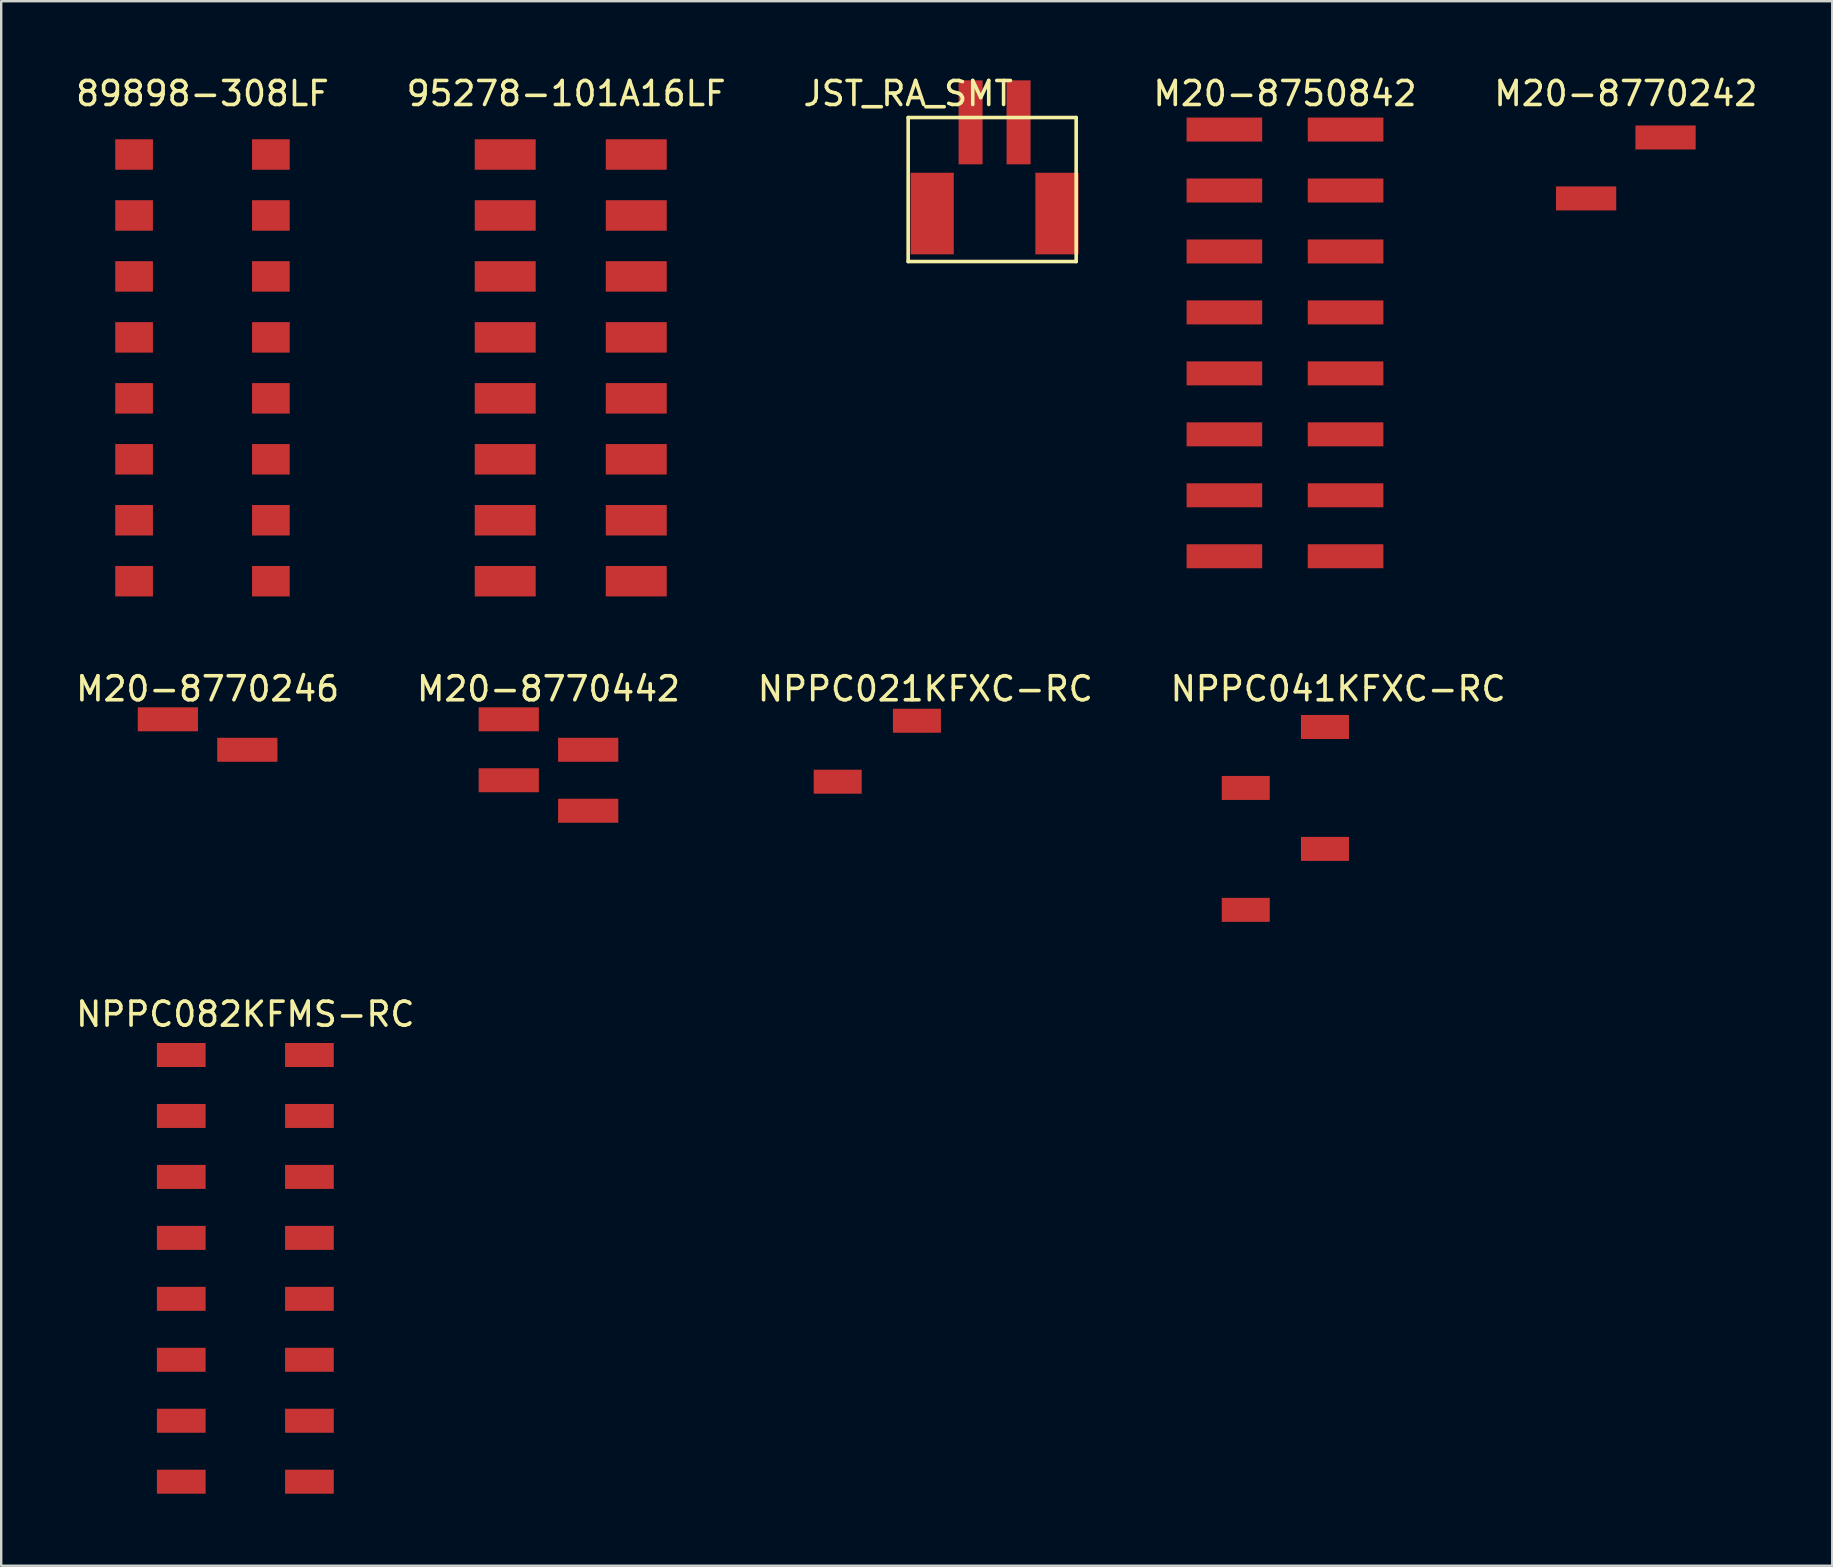
<source format=kicad_pcb>
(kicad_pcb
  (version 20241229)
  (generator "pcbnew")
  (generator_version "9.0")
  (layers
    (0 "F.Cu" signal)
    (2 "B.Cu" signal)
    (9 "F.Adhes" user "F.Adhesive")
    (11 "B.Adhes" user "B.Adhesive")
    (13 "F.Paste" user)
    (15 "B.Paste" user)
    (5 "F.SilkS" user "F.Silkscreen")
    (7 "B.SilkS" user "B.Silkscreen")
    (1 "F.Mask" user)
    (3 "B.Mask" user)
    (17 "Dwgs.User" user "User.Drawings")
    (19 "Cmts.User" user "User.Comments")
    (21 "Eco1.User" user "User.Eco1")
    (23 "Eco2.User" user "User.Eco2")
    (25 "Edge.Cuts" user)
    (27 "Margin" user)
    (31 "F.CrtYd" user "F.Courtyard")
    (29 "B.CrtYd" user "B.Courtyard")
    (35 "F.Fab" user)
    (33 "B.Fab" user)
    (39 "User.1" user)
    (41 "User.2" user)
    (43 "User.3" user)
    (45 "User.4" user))
  (footprint "M20-8750842"
    (layer "F.Cu")
    (at 50.493 2.348)
    (property "Reference" "M20-8750842" (at 0 -1.5 0) (layer "F.SilkS") (effects (font (size 1 1) (thickness 0.15))))
    (attr through_hole)
    (pad "1" smd rect (at -2.525 0) (size 3.15 1) (layers "F.Cu" "F.Mask" "F.Paste"))
    (pad "2" smd rect (at 2.525 0) (size 3.15 1) (layers "F.Cu" "F.Mask" "F.Paste"))
    (pad "3" smd rect (at -2.525 2.54) (size 3.15 1) (layers "F.Cu" "F.Mask" "F.Paste"))
    (pad "4" smd rect (at 2.525 2.54) (size 3.15 1) (layers "F.Cu" "F.Mask" "F.Paste"))
    (pad "5" smd rect (at -2.525 5.08) (size 3.15 1) (layers "F.Cu" "F.Mask" "F.Paste"))
    (pad "6" smd rect (at 2.525 5.08) (size 3.15 1) (layers "F.Cu" "F.Mask" "F.Paste"))
    (pad "7" smd rect (at -2.525 7.62) (size 3.15 1) (layers "F.Cu" "F.Mask" "F.Paste"))
    (pad "8" smd rect (at 2.525 7.62) (size 3.15 1) (layers "F.Cu" "F.Mask" "F.Paste"))
    (pad "9" smd rect (at -2.525 10.16) (size 3.15 1) (layers "F.Cu" "F.Mask" "F.Paste"))
    (pad "10" smd rect (at 2.525 10.16) (size 3.15 1) (layers "F.Cu" "F.Mask" "F.Paste"))
    (pad "11" smd rect (at -2.525 12.7) (size 3.15 1) (layers "F.Cu" "F.Mask" "F.Paste"))
    (pad "12" smd rect (at 2.525 12.7) (size 3.15 1) (layers "F.Cu" "F.Mask" "F.Paste"))
    (pad "13" smd rect (at -2.525 15.24) (size 3.15 1) (layers "F.Cu" "F.Mask" "F.Paste"))
    (pad "14" smd rect (at 2.525 15.24) (size 3.15 1) (layers "F.Cu" "F.Mask" "F.Paste"))
    (pad "15" smd rect (at -2.525 17.78) (size 3.15 1) (layers "F.Cu" "F.Mask" "F.Paste"))
    (pad "16" smd rect (at 2.525 17.78) (size 3.15 1) (layers "F.Cu" "F.Mask" "F.Paste")))
  (footprint "M20-8770442"
    (layer "F.Cu")
    (at 19.804 28.192)
    (property "Reference" "M20-8770442" (at 0 -2.54 0) (layer "F.SilkS") (effects (font (size 1 1) (thickness 0.15))))
    (attr through_hole)
    (pad "1" smd rect (at -1.655 -1.27) (size 2.51 1) (layers "F.Cu" "F.Mask" "F.Paste"))
    (pad "2" smd rect (at -1.655 1.27) (size 2.51 1) (layers "F.Cu" "F.Mask" "F.Paste"))
    (pad "3" smd rect (at 1.655 0) (size 2.51 1) (layers "F.Cu" "F.Mask" "F.Paste"))
    (pad "4" smd rect (at 1.655 2.54) (size 2.51 1) (layers "F.Cu" "F.Mask" "F.Paste")))
  (footprint "NPPC041KFXC-RC"
    (layer "F.Cu")
    (at 50.508 31.052)
    (property "Reference" "NPPC041KFXC-RC" (at 2.2 -5.4 0) (layer "F.SilkS") (effects (font (size 1 1) (thickness 0.15))))
    (attr through_hole)
    (pad "1" smd rect (at 1.65 -3.81) (size 2 1) (layers "F.Cu" "F.Mask" "F.Paste"))
    (pad "2" smd rect (at -1.65 -1.27) (size 2 1) (layers "F.Cu" "F.Mask" "F.Paste"))
    (pad "3" smd rect (at 1.65 1.27) (size 2 1) (layers "F.Cu" "F.Mask" "F.Paste"))
    (pad "4" smd rect (at -1.65 3.81) (size 2 1) (layers "F.Cu" "F.Mask" "F.Paste")))
  (footprint "NPPC021KFXC-RC"
    (layer "F.Cu")
    (at 33.506 28.252)
    (property "Reference" "NPPC021KFXC-RC" (at 2 -2.6 0) (layer "F.SilkS") (effects (font (size 1 1) (thickness 0.15))))
    (attr through_hole)
    (pad "1" smd rect (at 1.65 -1.27) (size 2 1) (layers "F.Cu" "F.Mask" "F.Paste"))
    (pad "2" smd rect (at -1.65 1.27) (size 2 1) (layers "F.Cu" "F.Mask" "F.Paste")))
  (footprint "M20-8770242"
    (layer "F.Cu")
    (at 64.695 3.948)
    (property "Reference" "M20-8770242" (at 0 -3.1 0) (layer "F.SilkS") (effects (font (size 1 1) (thickness 0.15))))
    (attr through_hole)
    (pad "1" smd rect (at 1.655 -1.27) (size 2.51 1) (layers "F.Cu" "F.Mask" "F.Paste"))
    (pad "2" smd rect (at -1.655 1.27) (size 2.51 1) (layers "F.Cu" "F.Mask" "F.Paste")))
  (footprint "89898-308LF"
    (layer "F.Cu")
    (at 5.387 13.548)
    (property "Reference" "89898-308LF" (at 0 -12.7 0) (layer "F.SilkS") (effects (font (size 1 1) (thickness 0.15))))
    (attr through_hole)
    (pad "1" smd rect (at -2.85 -10.16) (size 1.57 1.27) (layers "F.Cu" "F.Mask" "F.Paste"))
    (pad "2" smd rect (at -2.85 -7.62) (size 1.57 1.27) (layers "F.Cu" "F.Mask" "F.Paste"))
    (pad "3" smd rect (at -2.85 -5.08) (size 1.57 1.27) (layers "F.Cu" "F.Mask" "F.Paste"))
    (pad "4" smd rect (at -2.85 -2.54) (size 1.57 1.27) (layers "F.Cu" "F.Mask" "F.Paste"))
    (pad "5" smd rect (at -2.85 0) (size 1.57 1.27) (layers "F.Cu" "F.Mask" "F.Paste"))
    (pad "6" smd rect (at -2.85 2.54) (size 1.57 1.27) (layers "F.Cu" "F.Mask" "F.Paste"))
    (pad "7" smd rect (at -2.85 5.08) (size 1.57 1.27) (layers "F.Cu" "F.Mask" "F.Paste"))
    (pad "8" smd rect (at -2.85 7.62) (size 1.57 1.27) (layers "F.Cu" "F.Mask" "F.Paste"))
    (pad "9" smd rect (at 2.85 -10.16) (size 1.57 1.27) (layers "F.Cu" "F.Mask" "F.Paste"))
    (pad "10" smd rect (at 2.85 -7.62) (size 1.57 1.27) (layers "F.Cu" "F.Mask" "F.Paste"))
    (pad "11" smd rect (at 2.85 -5.08) (size 1.57 1.27) (layers "F.Cu" "F.Mask" "F.Paste"))
    (pad "12" smd rect (at 2.85 -2.54) (size 1.57 1.27) (layers "F.Cu" "F.Mask" "F.Paste"))
    (pad "13" smd rect (at 2.85 0) (size 1.57 1.27) (layers "F.Cu" "F.Mask" "F.Paste"))
    (pad "14" smd rect (at 2.85 2.54) (size 1.57 1.27) (layers "F.Cu" "F.Mask" "F.Paste"))
    (pad "15" smd rect (at 2.85 5.08) (size 1.57 1.27) (layers "F.Cu" "F.Mask" "F.Paste"))
    (pad "16" smd rect (at 2.85 7.62) (size 1.57 1.27) (layers "F.Cu" "F.Mask" "F.Paste")))
  (footprint "M20-8770246"
    (layer "F.Cu")
    (at 5.601 28.192)
    (property "Reference" "M20-8770246" (at 0 -2.54 0) (layer "F.SilkS") (effects (font (size 1 1) (thickness 0.15))))
    (attr through_hole)
    (pad "1" smd rect (at -1.655 -1.27) (size 2.51 1) (layers "F.Cu" "F.Mask" "F.Paste"))
    (pad "2" smd rect (at 1.655 0) (size 2.51 1) (layers "F.Cu" "F.Mask" "F.Paste")))
  (footprint "NPPC082KFMS-RC"
    (layer "F.Cu")
    (at 7.173 40.91)
    (property "Reference" "NPPC082KFMS-RC" (at 0 -1.7 0) (layer "F.SilkS") (effects (font (size 1 1) (thickness 0.15))))
    (attr through_hole)
    (pad "1" smd rect (at -2.67 0) (size 2.03 1) (layers "F.Cu" "F.Mask" "F.Paste"))
    (pad "2" smd rect (at 2.67 0) (size 2.03 1) (layers "F.Cu" "F.Mask" "F.Paste"))
    (pad "3" smd rect (at -2.67 2.54) (size 2.03 1) (layers "F.Cu" "F.Mask" "F.Paste"))
    (pad "4" smd rect (at 2.67 2.54) (size 2.03 1) (layers "F.Cu" "F.Mask" "F.Paste"))
    (pad "5" smd rect (at -2.67 5.08) (size 2.03 1) (layers "F.Cu" "F.Mask" "F.Paste"))
    (pad "6" smd rect (at 2.67 5.08) (size 2.03 1) (layers "F.Cu" "F.Mask" "F.Paste"))
    (pad "7" smd rect (at -2.67 7.62) (size 2.03 1) (layers "F.Cu" "F.Mask" "F.Paste"))
    (pad "8" smd rect (at 2.67 7.62) (size 2.03 1) (layers "F.Cu" "F.Mask" "F.Paste"))
    (pad "9" smd rect (at -2.67 10.16) (size 2.03 1) (layers "F.Cu" "F.Mask" "F.Paste"))
    (pad "10" smd rect (at 2.67 10.16) (size 2.03 1) (layers "F.Cu" "F.Mask" "F.Paste"))
    (pad "11" smd rect (at -2.67 12.7) (size 2.03 1) (layers "F.Cu" "F.Mask" "F.Paste"))
    (pad "12" smd rect (at 2.67 12.7) (size 2.03 1) (layers "F.Cu" "F.Mask" "F.Paste"))
    (pad "13" smd rect (at -2.67 15.24) (size 2.03 1) (layers "F.Cu" "F.Mask" "F.Paste"))
    (pad "14" smd rect (at 2.67 15.24) (size 2.03 1) (layers "F.Cu" "F.Mask" "F.Paste"))
    (pad "15" smd rect (at -2.67 17.78) (size 2.03 1) (layers "F.Cu" "F.Mask" "F.Paste"))
    (pad "16" smd rect (at 2.67 17.78) (size 2.03 1) (layers "F.Cu" "F.Mask" "F.Paste")))
  (footprint "95278-101A16LF"
    (layer "F.Cu")
    (at 18.002 3.388)
    (property "Reference" "95278-101A16LF" (at 2.54 -2.54 0) (layer "F.SilkS") (effects (font (size 1 1) (thickness 0.15))))
    (attr through_hole)
    (pad "1" smd rect (at 0 0) (size 2.54 1.27) (layers "F.Cu" "F.Mask" "F.Paste"))
    (pad "2" smd rect (at 0 2.54) (size 2.54 1.27) (layers "F.Cu" "F.Mask" "F.Paste"))
    (pad "3" smd rect (at 0 5.08) (size 2.54 1.27) (layers "F.Cu" "F.Mask" "F.Paste"))
    (pad "4" smd rect (at 0 7.62) (size 2.54 1.27) (layers "F.Cu" "F.Mask" "F.Paste"))
    (pad "5" smd rect (at 0 10.16) (size 2.54 1.27) (layers "F.Cu" "F.Mask" "F.Paste"))
    (pad "6" smd rect (at 0 12.7) (size 2.54 1.27) (layers "F.Cu" "F.Mask" "F.Paste"))
    (pad "7" smd rect (at 0 15.24) (size 2.54 1.27) (layers "F.Cu" "F.Mask" "F.Paste"))
    (pad "8" smd rect (at 0 17.78) (size 2.54 1.27) (layers "F.Cu" "F.Mask" "F.Paste"))
    (pad "9" smd rect (at 5.46 0) (size 2.54 1.27) (layers "F.Cu" "F.Mask" "F.Paste"))
    (pad "10" smd rect (at 5.46 2.54) (size 2.54 1.27) (layers "F.Cu" "F.Mask" "F.Paste"))
    (pad "11" smd rect (at 5.46 5.08) (size 2.54 1.27) (layers "F.Cu" "F.Mask" "F.Paste"))
    (pad "12" smd rect (at 5.46 7.62) (size 2.54 1.27) (layers "F.Cu" "F.Mask" "F.Paste"))
    (pad "13" smd rect (at 5.46 10.16) (size 2.54 1.27) (layers "F.Cu" "F.Mask" "F.Paste"))
    (pad "14" smd rect (at 5.46 12.7) (size 2.54 1.27) (layers "F.Cu" "F.Mask" "F.Paste"))
    (pad "15" smd rect (at 5.46 15.24) (size 2.54 1.27) (layers "F.Cu" "F.Mask" "F.Paste"))
    (pad "16" smd rect (at 5.46 17.78) (size 2.54 1.27) (layers "F.Cu" "F.Mask" "F.Paste")))
  (footprint "JST_RA_SMT"
    (layer "F.Cu")
    (at 35.792 5.848)
    (property "Reference" "JST_RA_SMT" (at -1 -5 180) (layer "F.SilkS") (effects (font (size 1 1) (thickness 0.15))))
    (attr through_hole)
    (fp_line (start -1 -4) (end 6 -4) (stroke (width 0.15) (type solid)) (layer "F.SilkS"))
    (fp_line (start -1 2) (end -1 -4) (stroke (width 0.15) (type solid)) (layer "F.SilkS"))
    (fp_line (start 6 -4) (end 6 2) (stroke (width 0.15) (type solid)) (layer "F.SilkS"))
    (fp_line (start 6 2) (end -1 2) (stroke (width 0.15) (type solid)) (layer "F.SilkS"))
    (pad "1" smd rect (at 1.6 -3.8) (size 1 3.5) (layers "F.Cu" "F.Mask" "F.Paste"))
    (pad "2" smd rect (at 3.6 -3.8) (size 1 3.5) (layers "F.Cu" "F.Mask" "F.Paste"))
    (pad "3" smd rect (at 0 0) (size 1.8 3.4) (layers "F.Cu" "F.Mask" "F.Paste"))
    (pad "4" smd rect (at 5.2 0) (size 1.8 3.4) (layers "F.Cu" "F.Mask" "F.Paste")))
  (gr_rect
    (start -3 -3)
    (end 73.296 62.19)
    (stroke (width 0.1) (type default))
    (fill no)
    (layer "Edge.Cuts")))
</source>
